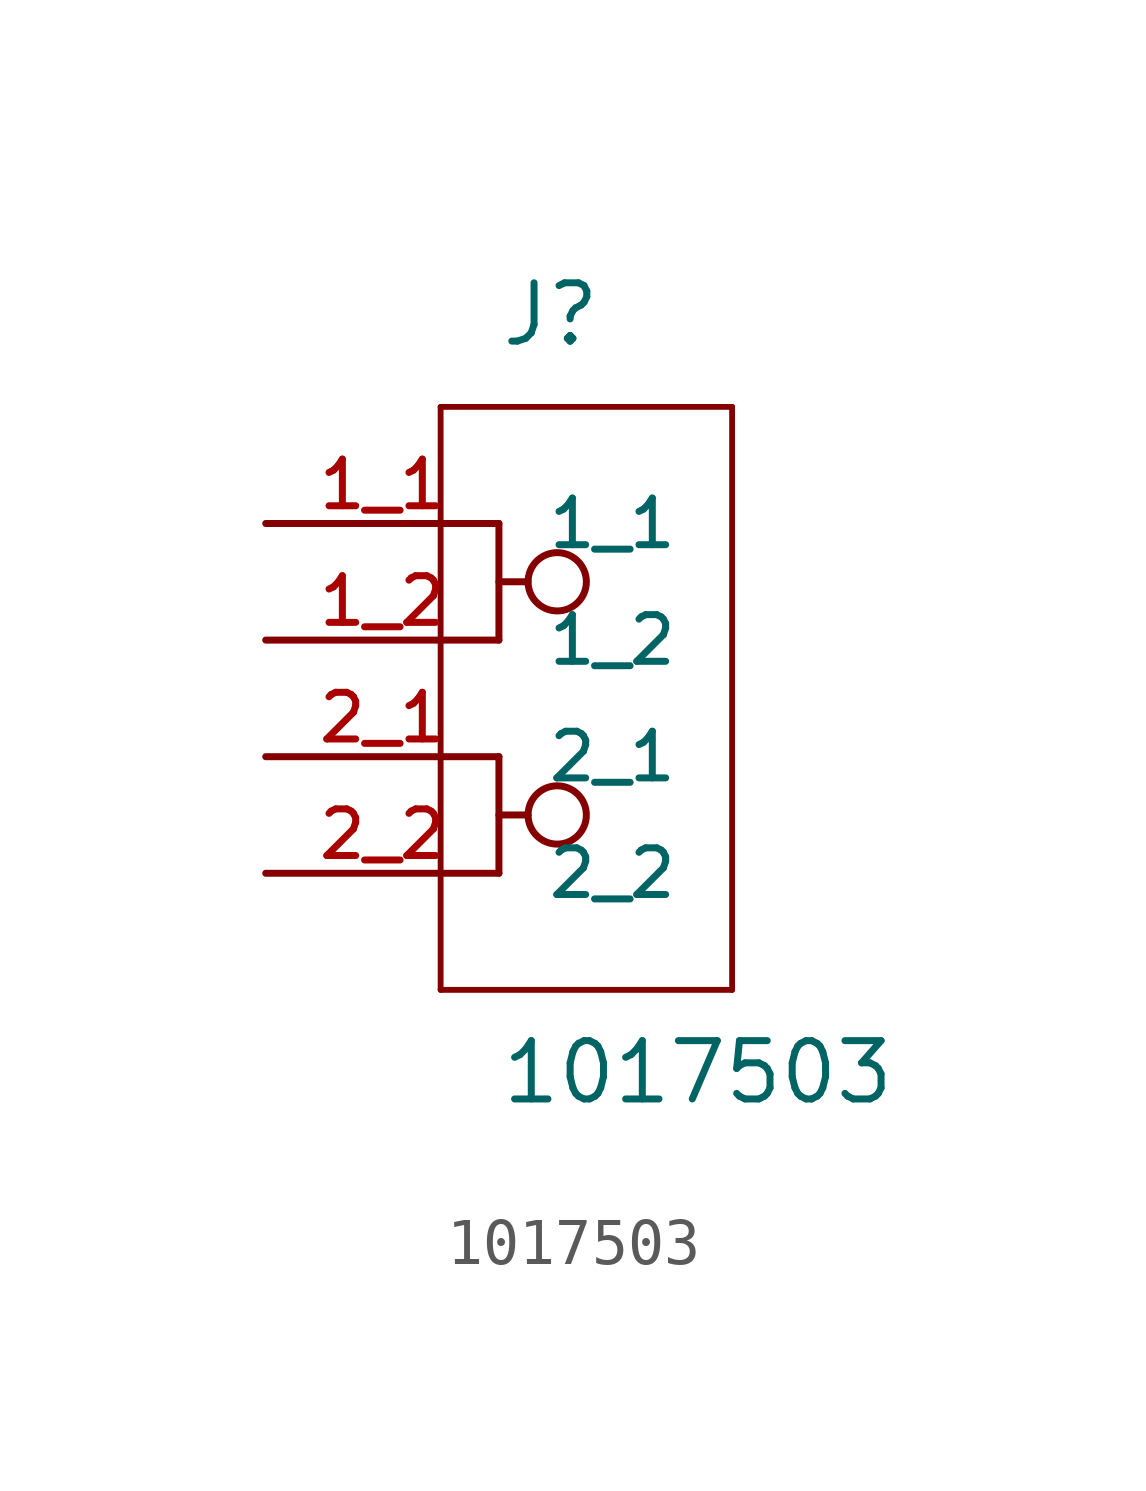
<source format=kicad_sym>
(kicad_symbol_lib
  (version 20231120)
  (generator "kicad_symbol_editor")
  (generator_version "8.0")
  (symbol "1017503"
    (pin_names
      (offset 1.016))
    (property "Reference" "J"
      (at -2.54 6.35 0)
      (effects (font (size 1.27 1.27)) (justify left bottom)))
    (property "Value" "1017503"
      (at -2.54 -10.16 0)
      (effects (font (size 1.27 1.27)) (justify left bottom)))
    (symbol "1017503_0_0"
      (circle (center -1.27 -3.81) (radius 0.635) (stroke (width 0.152) (type default)) (fill (type none)))
      (circle (center -1.27 1.27) (radius 0.635) (stroke (width 0.152) (type default)) (fill (type none)))
      (polyline (pts (xy -2.54 -3.81) (xy -1.905 -3.81)) (stroke (width 0.152) (type default)) (fill (type none)))
      (polyline (pts (xy -2.54 -2.54) (xy -2.54 -5.08)) (stroke (width 0.152) (type default)) (fill (type none)))
      (polyline (pts (xy -2.54 1.27) (xy -1.905 1.27)) (stroke (width 0.152) (type default)) (fill (type none)))
      (polyline (pts (xy -2.54 2.54) (xy -2.54 0)) (stroke (width 0.152) (type default)) (fill (type none)))
      (pin passive line (at -7.62 2.54 0) (length 5.08) (name "1_1" (effects (font (size 1.016 1.016)))) (number "1_1" (effects (font (size 1.016 1.016)))))
      (pin passive line (at -7.62 0 0) (length 5.08) (name "1_2" (effects (font (size 1.016 1.016)))) (number "1_2" (effects (font (size 1.016 1.016)))))
      (pin passive line (at -7.62 -2.54 0) (length 5.08) (name "2_1" (effects (font (size 1.016 1.016)))) (number "2_1" (effects (font (size 1.016 1.016)))))
      (pin passive line (at -7.62 -5.08 0) (length 5.08) (name "2_2" (effects (font (size 1.016 1.016)))) (number "2_2" (effects (font (size 1.016 1.016))))))
    (symbol "1017503_0_1"
      (polyline (pts (xy -3.81 -7.62) (xy 2.54 -7.62)) (stroke (width 0.127) (type default)) (fill (type none)))
      (polyline (pts (xy -3.81 5.08) (xy -3.81 -7.62)) (stroke (width 0.127) (type default)) (fill (type none)))
      (polyline (pts (xy 2.54 -7.62) (xy 2.54 5.08)) (stroke (width 0.127) (type default)) (fill (type none)))
      (polyline (pts (xy 2.54 5.08) (xy -3.81 5.08)) (stroke (width 0.127) (type default)) (fill (type none))))))
</source>
